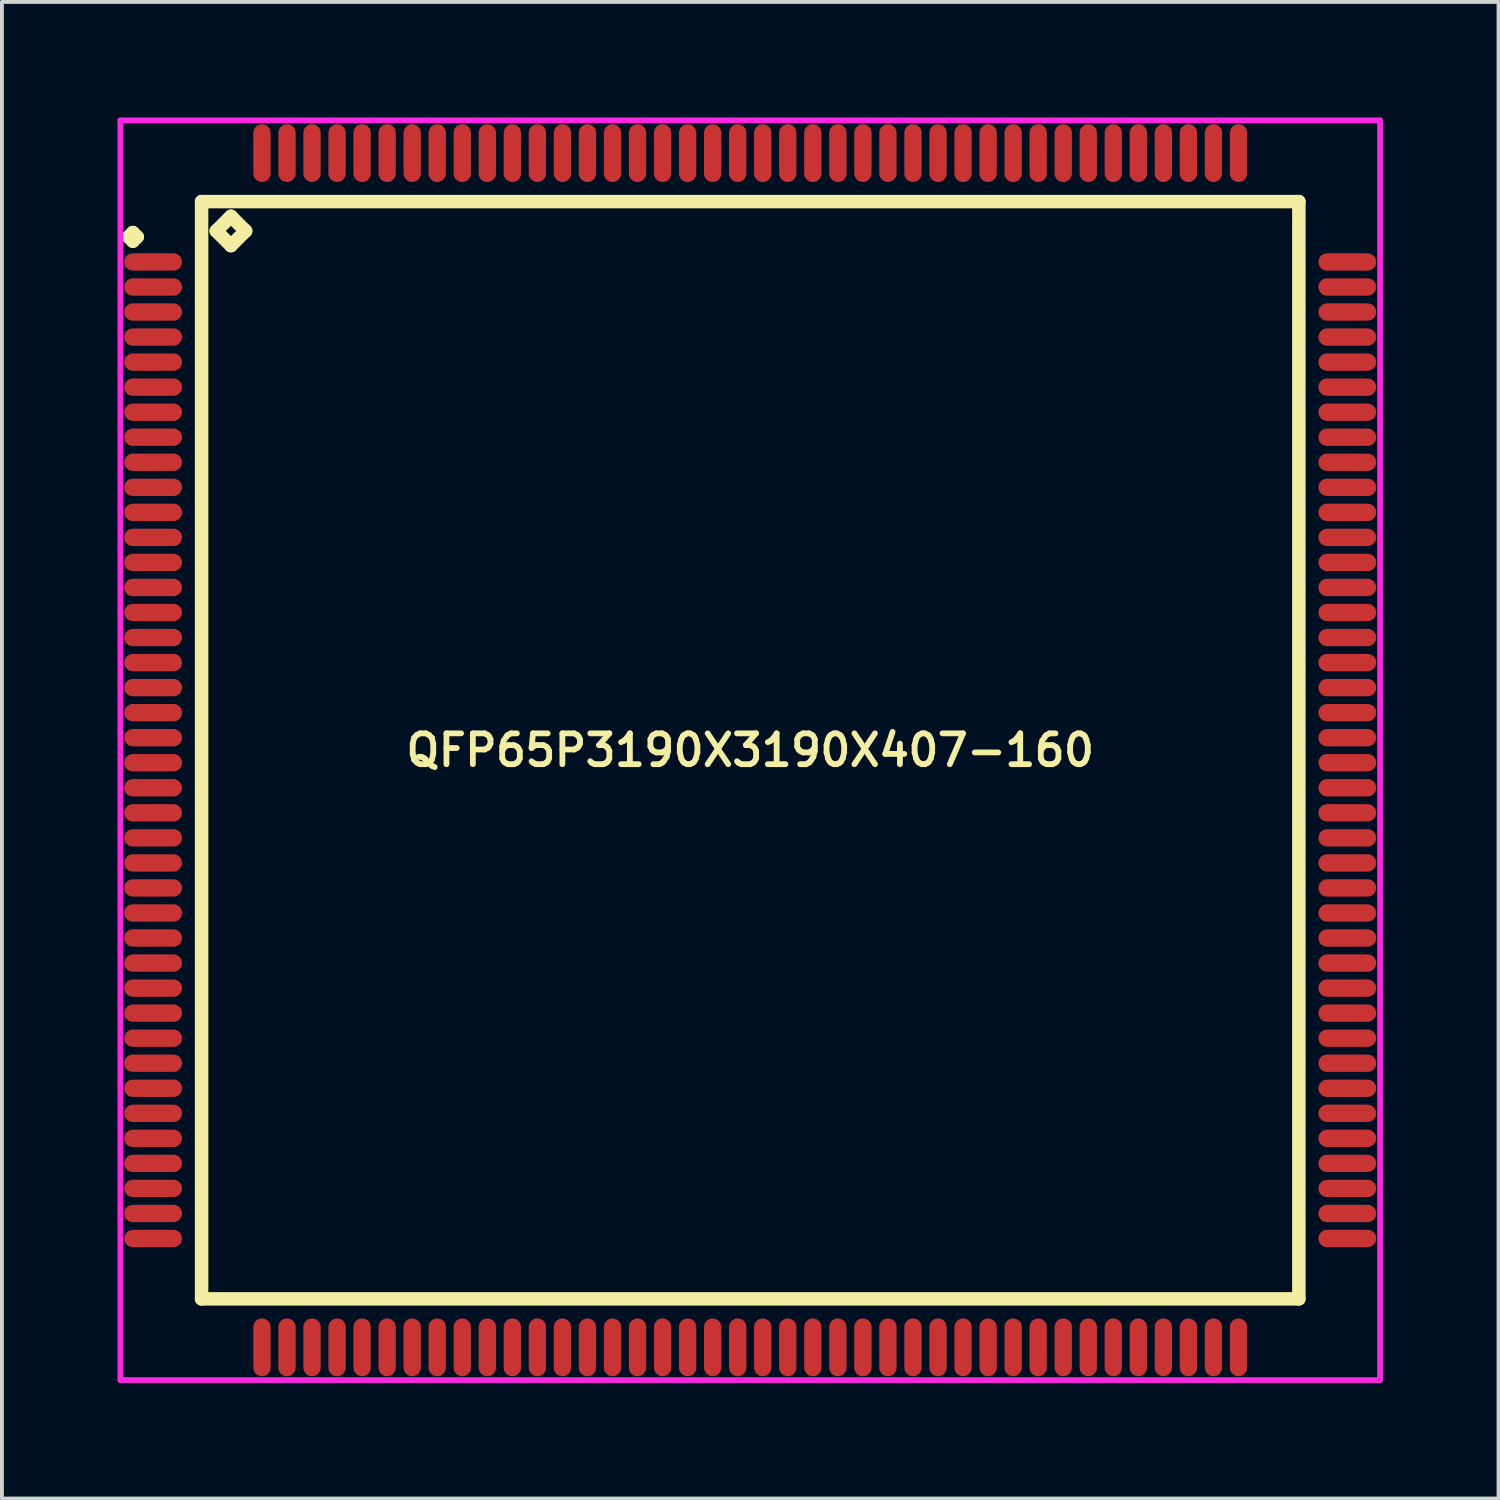
<source format=kicad_pcb>
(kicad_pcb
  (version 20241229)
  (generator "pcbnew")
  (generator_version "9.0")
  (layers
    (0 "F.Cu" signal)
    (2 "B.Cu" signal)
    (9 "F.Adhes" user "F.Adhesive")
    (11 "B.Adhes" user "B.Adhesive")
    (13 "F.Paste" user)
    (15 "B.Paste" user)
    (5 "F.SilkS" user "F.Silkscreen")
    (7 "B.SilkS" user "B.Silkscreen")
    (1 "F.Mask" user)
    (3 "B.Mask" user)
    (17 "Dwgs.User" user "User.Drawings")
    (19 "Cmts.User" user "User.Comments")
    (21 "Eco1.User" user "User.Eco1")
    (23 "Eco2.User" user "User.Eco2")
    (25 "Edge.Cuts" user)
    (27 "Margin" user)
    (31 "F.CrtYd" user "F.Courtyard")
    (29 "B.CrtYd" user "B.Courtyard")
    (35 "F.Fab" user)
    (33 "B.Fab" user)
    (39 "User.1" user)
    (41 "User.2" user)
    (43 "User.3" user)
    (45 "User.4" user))
  (footprint "QFP65P3190X3190X407-160"
    (layer "F.Cu")
    (at 16.425 16.425)
    (property "Reference" "QFP65P3190X3190X407-160" (at 0 0 0) (layer "F.SilkS") (effects (font (size 0.8 0.8) (thickness 0.15))))
    (attr through_hole)
    (fp_line (start -16.137 -13.325) (end -16.025 -13.438) (stroke (width 0.35) (type solid)) (layer "F.SilkS"))
    (fp_line (start -16.025 -13.438) (end -15.912 -13.325) (stroke (width 0.35) (type solid)) (layer "F.SilkS"))
    (fp_line (start -16.025 -13.213) (end -16.137 -13.325) (stroke (width 0.35) (type solid)) (layer "F.SilkS"))
    (fp_line (start -15.912 -13.325) (end -16.025 -13.213) (stroke (width 0.35) (type solid)) (layer "F.SilkS"))
    (fp_line (start -14.242 -14.242) (end -14.242 14.242) (stroke (width 0.35) (type solid)) (layer "F.SilkS"))
    (fp_line (start -14.242 14.242) (end 14.242 14.242) (stroke (width 0.35) (type solid)) (layer "F.SilkS"))
    (fp_line (start -13.861 -13.48) (end -13.48 -13.861) (stroke (width 0.35) (type solid)) (layer "F.SilkS"))
    (fp_line (start -13.48 -13.861) (end -13.099 -13.48) (stroke (width 0.35) (type solid)) (layer "F.SilkS"))
    (fp_line (start -13.48 -13.099) (end -13.861 -13.48) (stroke (width 0.35) (type solid)) (layer "F.SilkS"))
    (fp_line (start -13.099 -13.48) (end -13.48 -13.099) (stroke (width 0.35) (type solid)) (layer "F.SilkS"))
    (fp_line (start 14.242 -14.242) (end -14.242 -14.242) (stroke (width 0.35) (type solid)) (layer "F.SilkS"))
    (fp_line (start 14.242 14.242) (end 14.242 -14.242) (stroke (width 0.35) (type solid)) (layer "F.SilkS"))
    (fp_line (start -16.35 -16.35) (end 16.35 -16.35) (stroke (width 0.15) (type solid)) (layer "F.CrtYd"))
    (fp_line (start -16.35 16.35) (end -16.35 -16.35) (stroke (width 0.15) (type solid)) (layer "F.CrtYd"))
    (fp_line (start 16.35 -16.35) (end 16.35 16.35) (stroke (width 0.15) (type solid)) (layer "F.CrtYd"))
    (fp_line (start 16.35 16.35) (end -16.35 16.35) (stroke (width 0.15) (type solid)) (layer "F.CrtYd"))
    (pad "1" smd oval (at -15.5 -12.675) (size 1.5 0.45) (layers "F.Cu" "F.Mask" "F.Paste"))
    (pad "2" smd oval (at -15.5 -12.025) (size 1.5 0.45) (layers "F.Cu" "F.Mask" "F.Paste"))
    (pad "3" smd oval (at -15.5 -11.375) (size 1.5 0.45) (layers "F.Cu" "F.Mask" "F.Paste"))
    (pad "4" smd oval (at -15.5 -10.725) (size 1.5 0.45) (layers "F.Cu" "F.Mask" "F.Paste"))
    (pad "5" smd oval (at -15.5 -10.075) (size 1.5 0.45) (layers "F.Cu" "F.Mask" "F.Paste"))
    (pad "6" smd oval (at -15.5 -9.425) (size 1.5 0.45) (layers "F.Cu" "F.Mask" "F.Paste"))
    (pad "7" smd oval (at -15.5 -8.775) (size 1.5 0.45) (layers "F.Cu" "F.Mask" "F.Paste"))
    (pad "8" smd oval (at -15.5 -8.125) (size 1.5 0.45) (layers "F.Cu" "F.Mask" "F.Paste"))
    (pad "9" smd oval (at -15.5 -7.475) (size 1.5 0.45) (layers "F.Cu" "F.Mask" "F.Paste"))
    (pad "10" smd oval (at -15.5 -6.825) (size 1.5 0.45) (layers "F.Cu" "F.Mask" "F.Paste"))
    (pad "11" smd oval (at -15.5 -6.175) (size 1.5 0.45) (layers "F.Cu" "F.Mask" "F.Paste"))
    (pad "12" smd oval (at -15.5 -5.525) (size 1.5 0.45) (layers "F.Cu" "F.Mask" "F.Paste"))
    (pad "13" smd oval (at -15.5 -4.875) (size 1.5 0.45) (layers "F.Cu" "F.Mask" "F.Paste"))
    (pad "14" smd oval (at -15.5 -4.225) (size 1.5 0.45) (layers "F.Cu" "F.Mask" "F.Paste"))
    (pad "15" smd oval (at -15.5 -3.575) (size 1.5 0.45) (layers "F.Cu" "F.Mask" "F.Paste"))
    (pad "16" smd oval (at -15.5 -2.925) (size 1.5 0.45) (layers "F.Cu" "F.Mask" "F.Paste"))
    (pad "17" smd oval (at -15.5 -2.275) (size 1.5 0.45) (layers "F.Cu" "F.Mask" "F.Paste"))
    (pad "18" smd oval (at -15.5 -1.625) (size 1.5 0.45) (layers "F.Cu" "F.Mask" "F.Paste"))
    (pad "19" smd oval (at -15.5 -0.975) (size 1.5 0.45) (layers "F.Cu" "F.Mask" "F.Paste"))
    (pad "20" smd oval (at -15.5 -0.325) (size 1.5 0.45) (layers "F.Cu" "F.Mask" "F.Paste"))
    (pad "21" smd oval (at -15.5 0.325) (size 1.5 0.45) (layers "F.Cu" "F.Mask" "F.Paste"))
    (pad "22" smd oval (at -15.5 0.975) (size 1.5 0.45) (layers "F.Cu" "F.Mask" "F.Paste"))
    (pad "23" smd oval (at -15.5 1.625) (size 1.5 0.45) (layers "F.Cu" "F.Mask" "F.Paste"))
    (pad "24" smd oval (at -15.5 2.275) (size 1.5 0.45) (layers "F.Cu" "F.Mask" "F.Paste"))
    (pad "25" smd oval (at -15.5 2.925) (size 1.5 0.45) (layers "F.Cu" "F.Mask" "F.Paste"))
    (pad "26" smd oval (at -15.5 3.575) (size 1.5 0.45) (layers "F.Cu" "F.Mask" "F.Paste"))
    (pad "27" smd oval (at -15.5 4.225) (size 1.5 0.45) (layers "F.Cu" "F.Mask" "F.Paste"))
    (pad "28" smd oval (at -15.5 4.875) (size 1.5 0.45) (layers "F.Cu" "F.Mask" "F.Paste"))
    (pad "29" smd oval (at -15.5 5.525) (size 1.5 0.45) (layers "F.Cu" "F.Mask" "F.Paste"))
    (pad "30" smd oval (at -15.5 6.175) (size 1.5 0.45) (layers "F.Cu" "F.Mask" "F.Paste"))
    (pad "31" smd oval (at -15.5 6.825) (size 1.5 0.45) (layers "F.Cu" "F.Mask" "F.Paste"))
    (pad "32" smd oval (at -15.5 7.475) (size 1.5 0.45) (layers "F.Cu" "F.Mask" "F.Paste"))
    (pad "33" smd oval (at -15.5 8.125) (size 1.5 0.45) (layers "F.Cu" "F.Mask" "F.Paste"))
    (pad "34" smd oval (at -15.5 8.775) (size 1.5 0.45) (layers "F.Cu" "F.Mask" "F.Paste"))
    (pad "35" smd oval (at -15.5 9.425) (size 1.5 0.45) (layers "F.Cu" "F.Mask" "F.Paste"))
    (pad "36" smd oval (at -15.5 10.075) (size 1.5 0.45) (layers "F.Cu" "F.Mask" "F.Paste"))
    (pad "37" smd oval (at -15.5 10.725) (size 1.5 0.45) (layers "F.Cu" "F.Mask" "F.Paste"))
    (pad "38" smd oval (at -15.5 11.375) (size 1.5 0.45) (layers "F.Cu" "F.Mask" "F.Paste"))
    (pad "39" smd oval (at -15.5 12.025) (size 1.5 0.45) (layers "F.Cu" "F.Mask" "F.Paste"))
    (pad "40" smd oval (at -15.5 12.675) (size 1.5 0.45) (layers "F.Cu" "F.Mask" "F.Paste"))
    (pad "41" smd oval (at -12.675 15.5) (size 0.45 1.5) (layers "F.Cu" "F.Mask" "F.Paste"))
    (pad "42" smd oval (at -12.025 15.5) (size 0.45 1.5) (layers "F.Cu" "F.Mask" "F.Paste"))
    (pad "43" smd oval (at -11.375 15.5) (size 0.45 1.5) (layers "F.Cu" "F.Mask" "F.Paste"))
    (pad "44" smd oval (at -10.725 15.5) (size 0.45 1.5) (layers "F.Cu" "F.Mask" "F.Paste"))
    (pad "45" smd oval (at -10.075 15.5) (size 0.45 1.5) (layers "F.Cu" "F.Mask" "F.Paste"))
    (pad "46" smd oval (at -9.425 15.5) (size 0.45 1.5) (layers "F.Cu" "F.Mask" "F.Paste"))
    (pad "47" smd oval (at -8.775 15.5) (size 0.45 1.5) (layers "F.Cu" "F.Mask" "F.Paste"))
    (pad "48" smd oval (at -8.125 15.5) (size 0.45 1.5) (layers "F.Cu" "F.Mask" "F.Paste"))
    (pad "49" smd oval (at -7.475 15.5) (size 0.45 1.5) (layers "F.Cu" "F.Mask" "F.Paste"))
    (pad "50" smd oval (at -6.825 15.5) (size 0.45 1.5) (layers "F.Cu" "F.Mask" "F.Paste"))
    (pad "51" smd oval (at -6.175 15.5) (size 0.45 1.5) (layers "F.Cu" "F.Mask" "F.Paste"))
    (pad "52" smd oval (at -5.525 15.5) (size 0.45 1.5) (layers "F.Cu" "F.Mask" "F.Paste"))
    (pad "53" smd oval (at -4.875 15.5) (size 0.45 1.5) (layers "F.Cu" "F.Mask" "F.Paste"))
    (pad "54" smd oval (at -4.225 15.5) (size 0.45 1.5) (layers "F.Cu" "F.Mask" "F.Paste"))
    (pad "55" smd oval (at -3.575 15.5) (size 0.45 1.5) (layers "F.Cu" "F.Mask" "F.Paste"))
    (pad "56" smd oval (at -2.925 15.5) (size 0.45 1.5) (layers "F.Cu" "F.Mask" "F.Paste"))
    (pad "57" smd oval (at -2.275 15.5) (size 0.45 1.5) (layers "F.Cu" "F.Mask" "F.Paste"))
    (pad "58" smd oval (at -1.625 15.5) (size 0.45 1.5) (layers "F.Cu" "F.Mask" "F.Paste"))
    (pad "59" smd oval (at -0.975 15.5) (size 0.45 1.5) (layers "F.Cu" "F.Mask" "F.Paste"))
    (pad "60" smd oval (at -0.325 15.5) (size 0.45 1.5) (layers "F.Cu" "F.Mask" "F.Paste"))
    (pad "61" smd oval (at 0.325 15.5) (size 0.45 1.5) (layers "F.Cu" "F.Mask" "F.Paste"))
    (pad "62" smd oval (at 0.975 15.5) (size 0.45 1.5) (layers "F.Cu" "F.Mask" "F.Paste"))
    (pad "63" smd oval (at 1.625 15.5) (size 0.45 1.5) (layers "F.Cu" "F.Mask" "F.Paste"))
    (pad "64" smd oval (at 2.275 15.5) (size 0.45 1.5) (layers "F.Cu" "F.Mask" "F.Paste"))
    (pad "65" smd oval (at 2.925 15.5) (size 0.45 1.5) (layers "F.Cu" "F.Mask" "F.Paste"))
    (pad "66" smd oval (at 3.575 15.5) (size 0.45 1.5) (layers "F.Cu" "F.Mask" "F.Paste"))
    (pad "67" smd oval (at 4.225 15.5) (size 0.45 1.5) (layers "F.Cu" "F.Mask" "F.Paste"))
    (pad "68" smd oval (at 4.875 15.5) (size 0.45 1.5) (layers "F.Cu" "F.Mask" "F.Paste"))
    (pad "69" smd oval (at 5.525 15.5) (size 0.45 1.5) (layers "F.Cu" "F.Mask" "F.Paste"))
    (pad "70" smd oval (at 6.175 15.5) (size 0.45 1.5) (layers "F.Cu" "F.Mask" "F.Paste"))
    (pad "71" smd oval (at 6.825 15.5) (size 0.45 1.5) (layers "F.Cu" "F.Mask" "F.Paste"))
    (pad "72" smd oval (at 7.475 15.5) (size 0.45 1.5) (layers "F.Cu" "F.Mask" "F.Paste"))
    (pad "73" smd oval (at 8.125 15.5) (size 0.45 1.5) (layers "F.Cu" "F.Mask" "F.Paste"))
    (pad "74" smd oval (at 8.775 15.5) (size 0.45 1.5) (layers "F.Cu" "F.Mask" "F.Paste"))
    (pad "75" smd oval (at 9.425 15.5) (size 0.45 1.5) (layers "F.Cu" "F.Mask" "F.Paste"))
    (pad "76" smd oval (at 10.075 15.5) (size 0.45 1.5) (layers "F.Cu" "F.Mask" "F.Paste"))
    (pad "77" smd oval (at 10.725 15.5) (size 0.45 1.5) (layers "F.Cu" "F.Mask" "F.Paste"))
    (pad "78" smd oval (at 11.375 15.5) (size 0.45 1.5) (layers "F.Cu" "F.Mask" "F.Paste"))
    (pad "79" smd oval (at 12.025 15.5) (size 0.45 1.5) (layers "F.Cu" "F.Mask" "F.Paste"))
    (pad "80" smd oval (at 12.675 15.5) (size 0.45 1.5) (layers "F.Cu" "F.Mask" "F.Paste"))
    (pad "81" smd oval (at 15.5 12.675) (size 1.5 0.45) (layers "F.Cu" "F.Mask" "F.Paste"))
    (pad "82" smd oval (at 15.5 12.025) (size 1.5 0.45) (layers "F.Cu" "F.Mask" "F.Paste"))
    (pad "83" smd oval (at 15.5 11.375) (size 1.5 0.45) (layers "F.Cu" "F.Mask" "F.Paste"))
    (pad "84" smd oval (at 15.5 10.725) (size 1.5 0.45) (layers "F.Cu" "F.Mask" "F.Paste"))
    (pad "85" smd oval (at 15.5 10.075) (size 1.5 0.45) (layers "F.Cu" "F.Mask" "F.Paste"))
    (pad "86" smd oval (at 15.5 9.425) (size 1.5 0.45) (layers "F.Cu" "F.Mask" "F.Paste"))
    (pad "87" smd oval (at 15.5 8.775) (size 1.5 0.45) (layers "F.Cu" "F.Mask" "F.Paste"))
    (pad "88" smd oval (at 15.5 8.125) (size 1.5 0.45) (layers "F.Cu" "F.Mask" "F.Paste"))
    (pad "89" smd oval (at 15.5 7.475) (size 1.5 0.45) (layers "F.Cu" "F.Mask" "F.Paste"))
    (pad "90" smd oval (at 15.5 6.825) (size 1.5 0.45) (layers "F.Cu" "F.Mask" "F.Paste"))
    (pad "91" smd oval (at 15.5 6.175) (size 1.5 0.45) (layers "F.Cu" "F.Mask" "F.Paste"))
    (pad "92" smd oval (at 15.5 5.525) (size 1.5 0.45) (layers "F.Cu" "F.Mask" "F.Paste"))
    (pad "93" smd oval (at 15.5 4.875) (size 1.5 0.45) (layers "F.Cu" "F.Mask" "F.Paste"))
    (pad "94" smd oval (at 15.5 4.225) (size 1.5 0.45) (layers "F.Cu" "F.Mask" "F.Paste"))
    (pad "95" smd oval (at 15.5 3.575) (size 1.5 0.45) (layers "F.Cu" "F.Mask" "F.Paste"))
    (pad "96" smd oval (at 15.5 2.925) (size 1.5 0.45) (layers "F.Cu" "F.Mask" "F.Paste"))
    (pad "97" smd oval (at 15.5 2.275) (size 1.5 0.45) (layers "F.Cu" "F.Mask" "F.Paste"))
    (pad "98" smd oval (at 15.5 1.625) (size 1.5 0.45) (layers "F.Cu" "F.Mask" "F.Paste"))
    (pad "99" smd oval (at 15.5 0.975) (size 1.5 0.45) (layers "F.Cu" "F.Mask" "F.Paste"))
    (pad "100" smd oval (at 15.5 0.325) (size 1.5 0.45) (layers "F.Cu" "F.Mask" "F.Paste"))
    (pad "101" smd oval (at 15.5 -0.325) (size 1.5 0.45) (layers "F.Cu" "F.Mask" "F.Paste"))
    (pad "102" smd oval (at 15.5 -0.975) (size 1.5 0.45) (layers "F.Cu" "F.Mask" "F.Paste"))
    (pad "103" smd oval (at 15.5 -1.625) (size 1.5 0.45) (layers "F.Cu" "F.Mask" "F.Paste"))
    (pad "104" smd oval (at 15.5 -2.275) (size 1.5 0.45) (layers "F.Cu" "F.Mask" "F.Paste"))
    (pad "105" smd oval (at 15.5 -2.925) (size 1.5 0.45) (layers "F.Cu" "F.Mask" "F.Paste"))
    (pad "106" smd oval (at 15.5 -3.575) (size 1.5 0.45) (layers "F.Cu" "F.Mask" "F.Paste"))
    (pad "107" smd oval (at 15.5 -4.225) (size 1.5 0.45) (layers "F.Cu" "F.Mask" "F.Paste"))
    (pad "108" smd oval (at 15.5 -4.875) (size 1.5 0.45) (layers "F.Cu" "F.Mask" "F.Paste"))
    (pad "109" smd oval (at 15.5 -5.525) (size 1.5 0.45) (layers "F.Cu" "F.Mask" "F.Paste"))
    (pad "110" smd oval (at 15.5 -6.175) (size 1.5 0.45) (layers "F.Cu" "F.Mask" "F.Paste"))
    (pad "111" smd oval (at 15.5 -6.825) (size 1.5 0.45) (layers "F.Cu" "F.Mask" "F.Paste"))
    (pad "112" smd oval (at 15.5 -7.475) (size 1.5 0.45) (layers "F.Cu" "F.Mask" "F.Paste"))
    (pad "113" smd oval (at 15.5 -8.125) (size 1.5 0.45) (layers "F.Cu" "F.Mask" "F.Paste"))
    (pad "114" smd oval (at 15.5 -8.775) (size 1.5 0.45) (layers "F.Cu" "F.Mask" "F.Paste"))
    (pad "115" smd oval (at 15.5 -9.425) (size 1.5 0.45) (layers "F.Cu" "F.Mask" "F.Paste"))
    (pad "116" smd oval (at 15.5 -10.075) (size 1.5 0.45) (layers "F.Cu" "F.Mask" "F.Paste"))
    (pad "117" smd oval (at 15.5 -10.725) (size 1.5 0.45) (layers "F.Cu" "F.Mask" "F.Paste"))
    (pad "118" smd oval (at 15.5 -11.375) (size 1.5 0.45) (layers "F.Cu" "F.Mask" "F.Paste"))
    (pad "119" smd oval (at 15.5 -12.025) (size 1.5 0.45) (layers "F.Cu" "F.Mask" "F.Paste"))
    (pad "120" smd oval (at 15.5 -12.675) (size 1.5 0.45) (layers "F.Cu" "F.Mask" "F.Paste"))
    (pad "121" smd oval (at 12.675 -15.5) (size 0.45 1.5) (layers "F.Cu" "F.Mask" "F.Paste"))
    (pad "122" smd oval (at 12.025 -15.5) (size 0.45 1.5) (layers "F.Cu" "F.Mask" "F.Paste"))
    (pad "123" smd oval (at 11.375 -15.5) (size 0.45 1.5) (layers "F.Cu" "F.Mask" "F.Paste"))
    (pad "124" smd oval (at 10.725 -15.5) (size 0.45 1.5) (layers "F.Cu" "F.Mask" "F.Paste"))
    (pad "125" smd oval (at 10.075 -15.5) (size 0.45 1.5) (layers "F.Cu" "F.Mask" "F.Paste"))
    (pad "126" smd oval (at 9.425 -15.5) (size 0.45 1.5) (layers "F.Cu" "F.Mask" "F.Paste"))
    (pad "127" smd oval (at 8.775 -15.5) (size 0.45 1.5) (layers "F.Cu" "F.Mask" "F.Paste"))
    (pad "128" smd oval (at 8.125 -15.5) (size 0.45 1.5) (layers "F.Cu" "F.Mask" "F.Paste"))
    (pad "129" smd oval (at 7.475 -15.5) (size 0.45 1.5) (layers "F.Cu" "F.Mask" "F.Paste"))
    (pad "130" smd oval (at 6.825 -15.5) (size 0.45 1.5) (layers "F.Cu" "F.Mask" "F.Paste"))
    (pad "131" smd oval (at 6.175 -15.5) (size 0.45 1.5) (layers "F.Cu" "F.Mask" "F.Paste"))
    (pad "132" smd oval (at 5.525 -15.5) (size 0.45 1.5) (layers "F.Cu" "F.Mask" "F.Paste"))
    (pad "133" smd oval (at 4.875 -15.5) (size 0.45 1.5) (layers "F.Cu" "F.Mask" "F.Paste"))
    (pad "134" smd oval (at 4.225 -15.5) (size 0.45 1.5) (layers "F.Cu" "F.Mask" "F.Paste"))
    (pad "135" smd oval (at 3.575 -15.5) (size 0.45 1.5) (layers "F.Cu" "F.Mask" "F.Paste"))
    (pad "136" smd oval (at 2.925 -15.5) (size 0.45 1.5) (layers "F.Cu" "F.Mask" "F.Paste"))
    (pad "137" smd oval (at 2.275 -15.5) (size 0.45 1.5) (layers "F.Cu" "F.Mask" "F.Paste"))
    (pad "138" smd oval (at 1.625 -15.5) (size 0.45 1.5) (layers "F.Cu" "F.Mask" "F.Paste"))
    (pad "139" smd oval (at 0.975 -15.5) (size 0.45 1.5) (layers "F.Cu" "F.Mask" "F.Paste"))
    (pad "140" smd oval (at 0.325 -15.5) (size 0.45 1.5) (layers "F.Cu" "F.Mask" "F.Paste"))
    (pad "141" smd oval (at -0.325 -15.5) (size 0.45 1.5) (layers "F.Cu" "F.Mask" "F.Paste"))
    (pad "142" smd oval (at -0.975 -15.5) (size 0.45 1.5) (layers "F.Cu" "F.Mask" "F.Paste"))
    (pad "143" smd oval (at -1.625 -15.5) (size 0.45 1.5) (layers "F.Cu" "F.Mask" "F.Paste"))
    (pad "144" smd oval (at -2.275 -15.5) (size 0.45 1.5) (layers "F.Cu" "F.Mask" "F.Paste"))
    (pad "145" smd oval (at -2.925 -15.5) (size 0.45 1.5) (layers "F.Cu" "F.Mask" "F.Paste"))
    (pad "146" smd oval (at -3.575 -15.5) (size 0.45 1.5) (layers "F.Cu" "F.Mask" "F.Paste"))
    (pad "147" smd oval (at -4.225 -15.5) (size 0.45 1.5) (layers "F.Cu" "F.Mask" "F.Paste"))
    (pad "148" smd oval (at -4.875 -15.5) (size 0.45 1.5) (layers "F.Cu" "F.Mask" "F.Paste"))
    (pad "149" smd oval (at -5.525 -15.5) (size 0.45 1.5) (layers "F.Cu" "F.Mask" "F.Paste"))
    (pad "150" smd oval (at -6.175 -15.5) (size 0.45 1.5) (layers "F.Cu" "F.Mask" "F.Paste"))
    (pad "151" smd oval (at -6.825 -15.5) (size 0.45 1.5) (layers "F.Cu" "F.Mask" "F.Paste"))
    (pad "152" smd oval (at -7.475 -15.5) (size 0.45 1.5) (layers "F.Cu" "F.Mask" "F.Paste"))
    (pad "153" smd oval (at -8.125 -15.5) (size 0.45 1.5) (layers "F.Cu" "F.Mask" "F.Paste"))
    (pad "154" smd oval (at -8.775 -15.5) (size 0.45 1.5) (layers "F.Cu" "F.Mask" "F.Paste"))
    (pad "155" smd oval (at -9.425 -15.5) (size 0.45 1.5) (layers "F.Cu" "F.Mask" "F.Paste"))
    (pad "156" smd oval (at -10.075 -15.5) (size 0.45 1.5) (layers "F.Cu" "F.Mask" "F.Paste"))
    (pad "157" smd oval (at -10.725 -15.5) (size 0.45 1.5) (layers "F.Cu" "F.Mask" "F.Paste"))
    (pad "158" smd oval (at -11.375 -15.5) (size 0.45 1.5) (layers "F.Cu" "F.Mask" "F.Paste"))
    (pad "159" smd oval (at -12.025 -15.5) (size 0.45 1.5) (layers "F.Cu" "F.Mask" "F.Paste"))
    (pad "160" smd oval (at -12.675 -15.5) (size 0.45 1.5) (layers "F.Cu" "F.Mask" "F.Paste")))
  (gr_rect
    (start -3 -3)
    (end 35.85 35.85)
    (stroke (width 0.1) (type default))
    (fill no)
    (layer "Edge.Cuts")))
</source>
